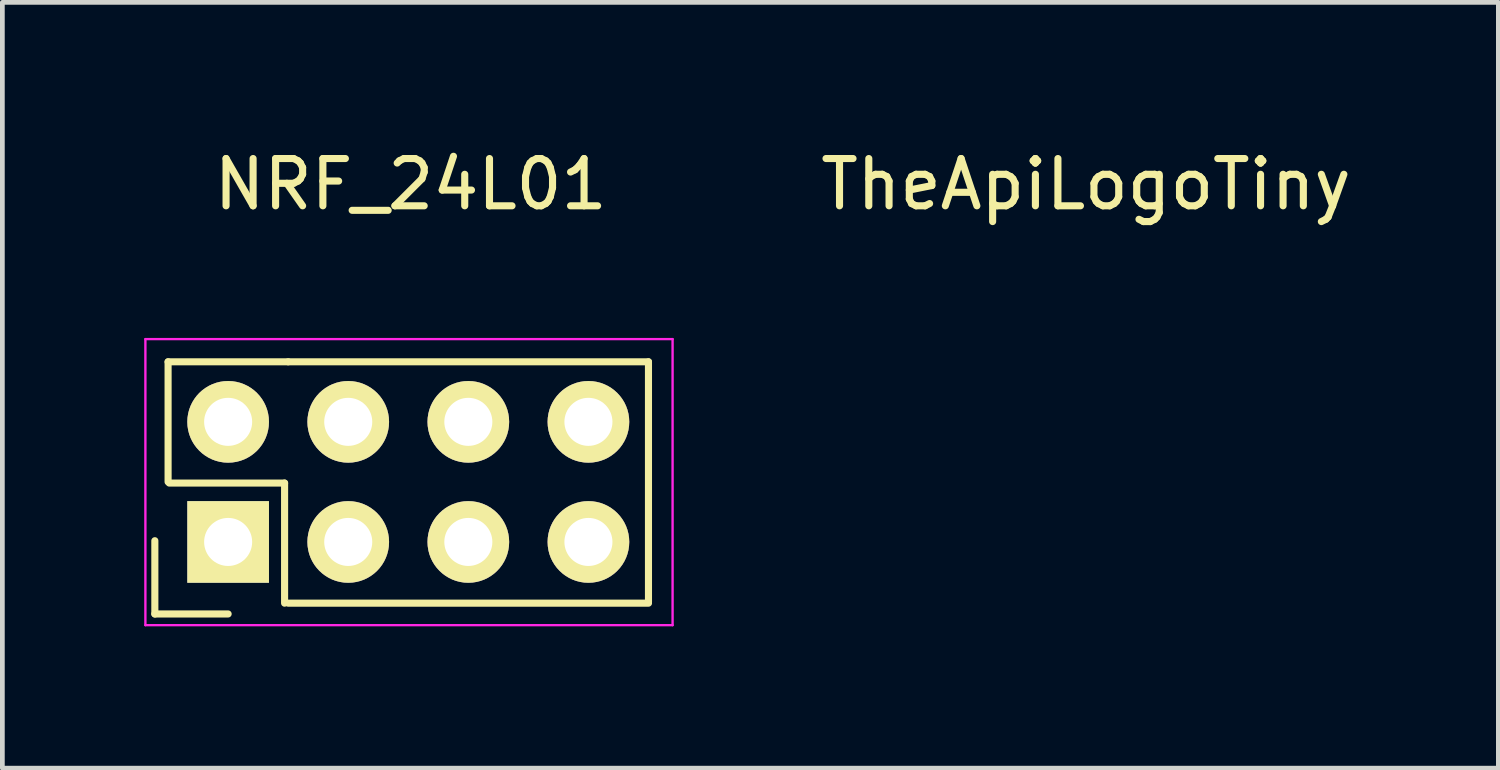
<source format=kicad_pcb>
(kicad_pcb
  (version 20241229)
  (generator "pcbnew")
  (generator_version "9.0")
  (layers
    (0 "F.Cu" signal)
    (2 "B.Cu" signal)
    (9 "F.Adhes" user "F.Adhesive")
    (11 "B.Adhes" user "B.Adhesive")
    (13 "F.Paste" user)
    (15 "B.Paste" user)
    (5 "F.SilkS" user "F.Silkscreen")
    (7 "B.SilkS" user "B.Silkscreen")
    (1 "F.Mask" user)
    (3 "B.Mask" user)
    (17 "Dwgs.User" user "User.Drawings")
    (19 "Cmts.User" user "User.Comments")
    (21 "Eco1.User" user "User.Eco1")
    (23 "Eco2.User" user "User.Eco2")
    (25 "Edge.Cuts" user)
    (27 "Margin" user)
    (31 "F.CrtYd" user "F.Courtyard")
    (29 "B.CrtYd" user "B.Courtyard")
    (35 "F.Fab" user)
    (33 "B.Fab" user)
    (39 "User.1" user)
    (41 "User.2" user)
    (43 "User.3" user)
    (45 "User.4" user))
  (footprint "TheApiLogoTiny"
    (layer "F.Cu")
    (at 19.92 0.348)
    (property "Reference" "TheApiLogoTiny" (at 0 0.5 0) (layer "F.SilkS") (effects (font (size 1 1) (thickness 0.15))))
    (attr through_hole)
    (fp_line (start -0.82 2.42) (end -0.78 2.55) (stroke (width 0.102) (type solid)) (layer "F.Mask"))
    (fp_line (start -0.79 1.93) (end -0.68 2.1) (stroke (width 0.102) (type solid)) (layer "F.Mask"))
    (fp_line (start -0.78 2.55) (end -0.66 2.63) (stroke (width 0.102) (type solid)) (layer "F.Mask"))
    (fp_line (start -0.73 2.27) (end -0.82 2.42) (stroke (width 0.102) (type solid)) (layer "F.Mask"))
    (fp_line (start -0.68 1.74) (end -0.79 1.93) (stroke (width 0.102) (type solid)) (layer "F.Mask"))
    (fp_line (start -0.68 2.1) (end -0.47 2.15) (stroke (width 0.102) (type solid)) (layer "F.Mask"))
    (fp_line (start -0.66 2.63) (end -0.41 2.57) (stroke (width 0.102) (type solid)) (layer "F.Mask"))
    (fp_line (start -0.47 2.79) (end -0.46 2.98) (stroke (width 0.102) (type solid)) (layer "F.Mask"))
    (fp_line (start -0.46 2.22) (end -0.73 2.27) (stroke (width 0.102) (type solid)) (layer "F.Mask"))
    (fp_line (start -0.46 2.98) (end -0.35 3.02) (stroke (width 0.102) (type solid)) (layer "F.Mask"))
    (fp_line (start -0.4 1.67) (end -0.68 1.74) (stroke (width 0.102) (type solid)) (layer "F.Mask"))
    (fp_line (start -0.39 2.59) (end -0.47 2.79) (stroke (width 0.102) (type solid)) (layer "F.Mask"))
    (fp_line (start -0.35 3.02) (end -0.23 2.98) (stroke (width 0.102) (type solid)) (layer "F.Mask"))
    (fp_line (start -0.23 2.98) (end -0.17 2.87) (stroke (width 0.102) (type solid)) (layer "F.Mask"))
    (fp_line (start -0.21 2.42) (end -0.09 2.49) (stroke (width 0.076) (type solid)) (layer "F.Mask"))
    (fp_line (start -0.17 2.87) (end -0.15 2.76) (stroke (width 0.102) (type solid)) (layer "F.Mask"))
    (fp_line (start -0.16 2.76) (end -0.17 2.73) (stroke (width 0.102) (type solid)) (layer "F.Mask"))
    (fp_line (start -0.15 2.76) (end -0.13 2.74) (stroke (width 0.102) (type solid)) (layer "F.Mask"))
    (fp_line (start -0.13 1.81) (end -0.4 1.67) (stroke (width 0.102) (type solid)) (layer "F.Mask"))
    (fp_line (start -0.13 2.74) (end -0.16 2.76) (stroke (width 0.102) (type solid)) (layer "F.Mask"))
    (fp_line (start -0.13 2.84) (end -0.04 3.27) (stroke (width 0.102) (type solid)) (layer "F.Mask"))
    (fp_line (start -0.1 2.75) (end -0.03 2.94) (stroke (width 0.102) (type solid)) (layer "F.Mask"))
    (fp_line (start -0.09 2.49) (end 0.04 2.48) (stroke (width 0.076) (type solid)) (layer "F.Mask"))
    (fp_line (start -0.06 1.85) (end 0.03 1.58) (stroke (width 0.102) (type solid)) (layer "F.Mask"))
    (fp_line (start -0.04 3.27) (end 0.18 3.57) (stroke (width 0.102) (type solid)) (layer "F.Mask"))
    (fp_line (start -0.03 2.94) (end 0.09 3.07) (stroke (width 0.102) (type solid)) (layer "F.Mask"))
    (fp_line (start 0.03 1.58) (end 0.19 1.52) (stroke (width 0.102) (type solid)) (layer "F.Mask"))
    (fp_line (start 0.04 2.48) (end 0.16 2.39) (stroke (width 0.076) (type solid)) (layer "F.Mask"))
    (fp_line (start 0.09 3.07) (end 0.21 3.04) (stroke (width 0.102) (type solid)) (layer "F.Mask"))
    (fp_line (start 0.18 3.57) (end 0.3 3.85) (stroke (width 0.102) (type solid)) (layer "F.Mask"))
    (fp_line (start 0.19 1.52) (end 0.36 1.55) (stroke (width 0.102) (type solid)) (layer "F.Mask"))
    (fp_line (start 0.21 3.04) (end 0.26 2.95) (stroke (width 0.102) (type solid)) (layer "F.Mask"))
    (fp_line (start 0.24 2.85) (end 0.24 2.68) (stroke (width 0.102) (type solid)) (layer "F.Mask"))
    (fp_line (start 0.26 2.95) (end 0.24 2.85) (stroke (width 0.102) (type solid)) (layer "F.Mask"))
    (fp_line (start 0.26 4.07) (end 0.42 3.55) (stroke (width 0.102) (type solid)) (layer "F.Mask"))
    (fp_line (start 0.27 1.9) (end 0.64 1.89) (stroke (width 0.102) (type solid)) (layer "F.Mask"))
    (fp_line (start 0.3 3.85) (end 0.26 4.07) (stroke (width 0.102) (type solid)) (layer "F.Mask"))
    (fp_line (start 0.36 1.55) (end 0.41 1.66) (stroke (width 0.102) (type solid)) (layer "F.Mask"))
    (fp_line (start 0.39 1.77) (end 0.3 1.91) (stroke (width 0.102) (type solid)) (layer "F.Mask"))
    (fp_line (start 0.41 1.66) (end 0.39 1.77) (stroke (width 0.102) (type solid)) (layer "F.Mask"))
    (fp_line (start 0.42 2.25) (end 0.6 2.36) (stroke (width 0.102) (type solid)) (layer "F.Mask"))
    (fp_line (start 0.42 2.75) (end 0.33 2.62) (stroke (width 0.102) (type solid)) (layer "F.Mask"))
    (fp_line (start 0.52 2.22) (end 0.42 2.22) (stroke (width 0.102) (type solid)) (layer "F.Mask"))
    (fp_line (start 0.55 2.78) (end 0.42 2.75) (stroke (width 0.102) (type solid)) (layer "F.Mask"))
    (fp_line (start 0.6 2.36) (end 0.7 2.5) (stroke (width 0.102) (type solid)) (layer "F.Mask"))
    (fp_line (start 0.64 1.89) (end 0.75 1.99) (stroke (width 0.102) (type solid)) (layer "F.Mask"))
    (fp_line (start 0.66 2.74) (end 0.55 2.78) (stroke (width 0.102) (type solid)) (layer "F.Mask"))
    (fp_line (start 0.67 2.21) (end 0.52 2.22) (stroke (width 0.102) (type solid)) (layer "F.Mask"))
    (fp_line (start 0.7 2.5) (end 0.7 2.64) (stroke (width 0.102) (type solid)) (layer "F.Mask"))
    (fp_line (start 0.7 2.64) (end 0.66 2.74) (stroke (width 0.102) (type solid)) (layer "F.Mask"))
    (fp_line (start 0.75 1.99) (end 0.77 2.14) (stroke (width 0.102) (type solid)) (layer "F.Mask"))
    (fp_line (start 0.77 2.14) (end 0.67 2.21) (stroke (width 0.102) (type solid)) (layer "F.Mask"))
    (fp_circle (center -0.16 2.2) (end -0.13 2.21) (stroke (width 0.15) (type solid)) (fill no) (layer "F.Mask"))
    (fp_circle (center -0.02 2.28) (end 0.39 2.28) (stroke (width 0.127) (type solid)) (fill no) (layer "F.Mask"))
    (fp_circle (center 0.12 2.2) (end 0.15 2.21) (stroke (width 0.15) (type solid)) (fill no) (layer "F.Mask")))
  (footprint "NRF_24L01"
    (placed yes)
    (layer "F.Cu")
    (at 5.636 5.948)
    (property "Reference" "NRF_24L01" (at 0 -5.1 0) (layer "F.SilkS") (effects (font (size 1 1) (thickness 0.15))))
    (attr through_hole)
    (fp_line (start -5.411 2.438) (end -5.411 3.988) (stroke (width 0.15) (type solid)) (layer "F.SilkS"))
    (fp_line (start -5.131 -1.346) (end -2.591 -1.346) (stroke (width 0.15) (type solid)) (layer "F.SilkS"))
    (fp_line (start -5.131 1.194) (end -5.131 -1.346) (stroke (width 0.15) (type solid)) (layer "F.SilkS"))
    (fp_line (start -5.105 1.219) (end -2.667 1.219) (stroke (width 0.15) (type solid)) (layer "F.SilkS"))
    (fp_line (start -3.861 3.987) (end -5.411 3.987) (stroke (width 0.15) (type solid)) (layer "F.SilkS"))
    (fp_line (start -2.667 1.219) (end -2.667 3.759) (stroke (width 0.15) (type solid)) (layer "F.SilkS"))
    (fp_line (start -2.591 -1.346) (end 5.029 -1.346) (stroke (width 0.15) (type solid)) (layer "F.SilkS"))
    (fp_line (start -2.591 3.759) (end 5.029 3.759) (stroke (width 0.15) (type solid)) (layer "F.SilkS"))
    (fp_line (start 5.029 -1.346) (end 5.029 3.734) (stroke (width 0.15) (type solid)) (layer "F.SilkS"))
    (fp_line (start -5.611 -1.826) (end -5.611 4.224) (stroke (width 0.05) (type solid)) (layer "F.CrtYd"))
    (fp_line (start -5.611 -1.826) (end 5.539 -1.826) (stroke (width 0.05) (type solid)) (layer "F.CrtYd"))
    (fp_line (start -5.611 4.224) (end 5.539 4.224) (stroke (width 0.05) (type solid)) (layer "F.CrtYd"))
    (fp_line (start 5.539 -1.826) (end 5.539 4.224) (stroke (width 0.05) (type solid)) (layer "F.CrtYd"))
    (pad "1" thru_hole rect (at -3.861 2.464) (size 1.727 1.727) (drill 1.016) (layers "*.Cu" "*.Mask" "F.SilkS"))
    (pad "2" thru_hole circle (at -3.861 -0.076) (size 1.727 1.727) (drill 1.016) (layers "*.Cu" "*.Mask" "F.SilkS"))
    (pad "3" thru_hole oval (at -1.321 2.464) (size 1.727 1.727) (drill 1.016) (layers "*.Cu" "*.Mask" "F.SilkS"))
    (pad "4" thru_hole oval (at -1.321 -0.076) (size 1.727 1.727) (drill 1.016) (layers "*.Cu" "*.Mask" "F.SilkS"))
    (pad "5" thru_hole oval (at 1.219 2.464) (size 1.727 1.727) (drill 1.016) (layers "*.Cu" "*.Mask" "F.SilkS"))
    (pad "6" thru_hole oval (at 1.219 -0.076) (size 1.727 1.727) (drill 1.016) (layers "*.Cu" "*.Mask" "F.SilkS"))
    (pad "7" thru_hole oval (at 3.759 2.464) (size 1.727 1.727) (drill 1.016) (layers "*.Cu" "*.Mask" "F.SilkS"))
    (pad "8" thru_hole oval (at 3.759 -0.076) (size 1.727 1.727) (drill 1.016) (layers "*.Cu" "*.Mask" "F.SilkS")))
  (gr_rect
    (start -3 -3)
    (end 28.64 13.197)
    (stroke (width 0.1) (type default))
    (fill no)
    (layer "Edge.Cuts")))
</source>
